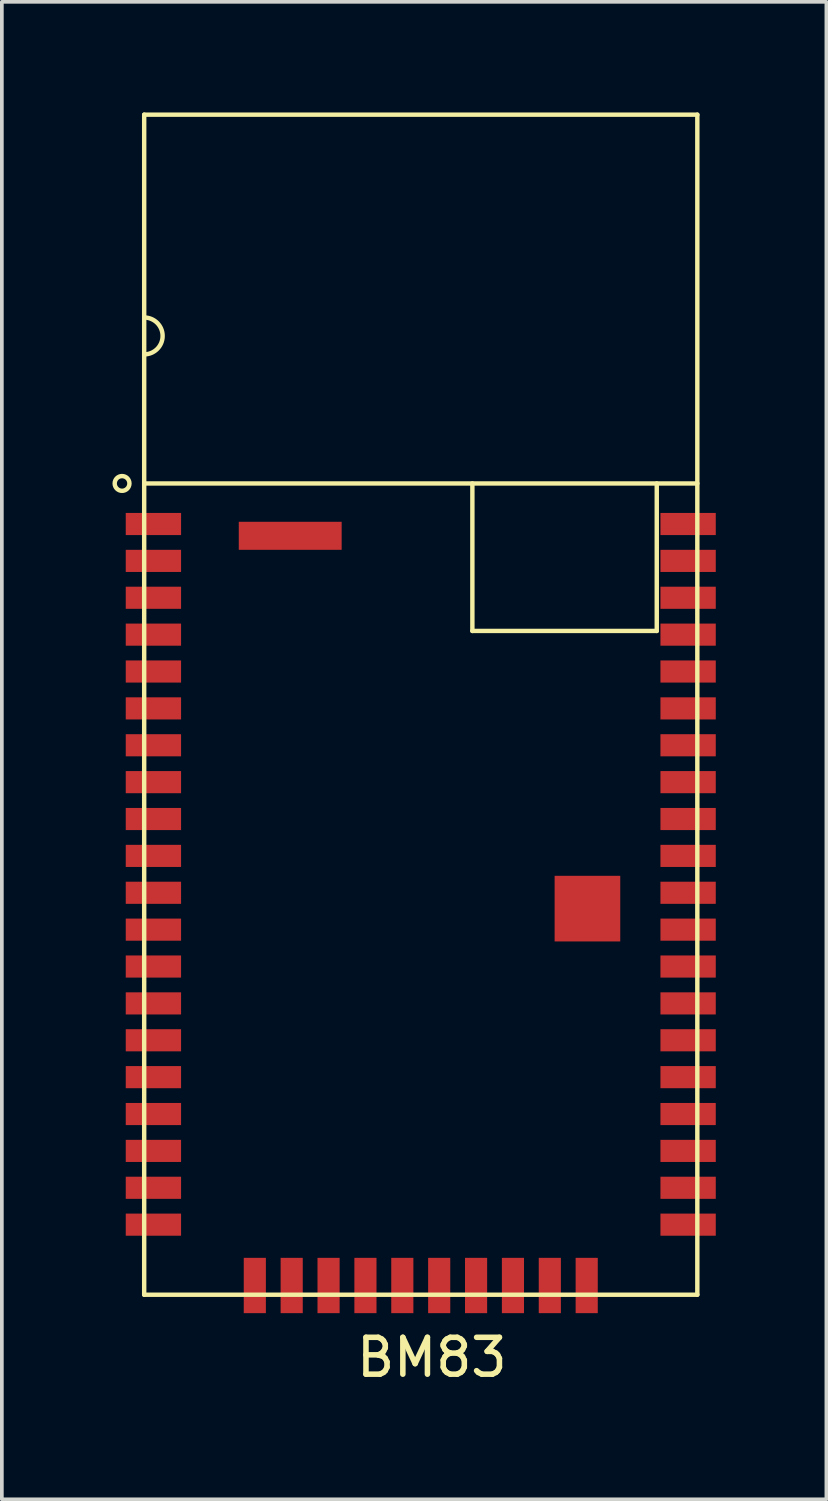
<source format=kicad_pcb>
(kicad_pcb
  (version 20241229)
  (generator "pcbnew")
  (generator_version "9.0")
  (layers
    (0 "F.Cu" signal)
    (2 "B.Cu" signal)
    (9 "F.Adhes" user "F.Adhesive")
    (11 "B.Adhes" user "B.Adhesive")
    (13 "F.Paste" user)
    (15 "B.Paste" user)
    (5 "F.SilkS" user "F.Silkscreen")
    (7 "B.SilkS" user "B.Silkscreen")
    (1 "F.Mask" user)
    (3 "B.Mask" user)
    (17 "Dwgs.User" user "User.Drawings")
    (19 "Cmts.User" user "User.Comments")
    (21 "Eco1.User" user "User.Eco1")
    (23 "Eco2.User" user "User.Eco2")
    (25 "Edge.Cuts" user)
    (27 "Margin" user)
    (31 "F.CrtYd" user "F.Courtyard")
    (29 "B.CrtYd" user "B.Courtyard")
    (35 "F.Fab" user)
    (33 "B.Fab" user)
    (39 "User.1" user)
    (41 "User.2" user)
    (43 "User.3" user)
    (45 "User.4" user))
  (footprint "BM83"
    (layer "F.Cu")
    (at 0.86 32.06)
    (property "Reference" "BM83" (at 7.8 1.7 0) (layer "F.SilkS") (effects (font (size 1 1) (thickness 0.15))))
    (attr smd)
    (fp_line (start 0 -32) (end 15 -32) (stroke (width 0.12) (type solid)) (layer "F.SilkS"))
    (fp_line (start 0 -22) (end 15 -22) (stroke (width 0.12) (type solid)) (layer "F.SilkS"))
    (fp_line (start 0 0) (end 0 -32) (stroke (width 0.12) (type solid)) (layer "F.SilkS"))
    (fp_line (start 8.9 -22) (end 8.9 -18) (stroke (width 0.12) (type solid)) (layer "F.SilkS"))
    (fp_line (start 8.9 -18) (end 13.9 -18) (stroke (width 0.12) (type solid)) (layer "F.SilkS"))
    (fp_line (start 13.9 -18) (end 13.9 -22) (stroke (width 0.12) (type solid)) (layer "F.SilkS"))
    (fp_line (start 15 -32) (end 15 0) (stroke (width 0.12) (type solid)) (layer "F.SilkS"))
    (fp_line (start 15 0) (end 0 0) (stroke (width 0.12) (type solid)) (layer "F.SilkS"))
    (fp_arc (start 0 -26.5) (mid 0.5 -26) (end 0 -25.5) (stroke (width 0.12) (type solid)) (layer "F.SilkS"))
    (fp_circle (center -0.6 -22) (end -0.6 -21.8) (stroke (width 0.12) (type solid)) (fill no) (layer "F.SilkS"))
    (pad "1" smd rect (at 0 -20.9) (size 1.5 0.6) (drill (offset 0.25 0)) (layers "F.Cu" "F.Mask" "F.Paste"))
    (pad "2" smd rect (at 0 -19.9) (size 1.5 0.6) (drill (offset 0.25 0)) (layers "F.Cu" "F.Mask" "F.Paste"))
    (pad "3" smd rect (at 0 -18.9) (size 1.5 0.6) (drill (offset 0.25 0)) (layers "F.Cu" "F.Mask" "F.Paste"))
    (pad "4" smd rect (at 0 -17.9) (size 1.5 0.6) (drill (offset 0.25 0)) (layers "F.Cu" "F.Mask" "F.Paste"))
    (pad "5" smd rect (at 0 -16.9) (size 1.5 0.6) (drill (offset 0.25 0)) (layers "F.Cu" "F.Mask" "F.Paste"))
    (pad "6" smd rect (at 0 -15.9) (size 1.5 0.6) (drill (offset 0.25 0)) (layers "F.Cu" "F.Mask" "F.Paste"))
    (pad "7" smd rect (at 0 -14.9) (size 1.5 0.6) (drill (offset 0.25 0)) (layers "F.Cu" "F.Mask" "F.Paste"))
    (pad "8" smd rect (at 0 -13.9) (size 1.5 0.6) (drill (offset 0.25 0)) (layers "F.Cu" "F.Mask" "F.Paste"))
    (pad "9" smd rect (at 0 -12.9) (size 1.5 0.6) (drill (offset 0.25 0)) (layers "F.Cu" "F.Mask" "F.Paste"))
    (pad "10" smd rect (at 0 -11.9) (size 1.5 0.6) (drill (offset 0.25 0)) (layers "F.Cu" "F.Mask" "F.Paste"))
    (pad "11" smd rect (at 0 -10.9) (size 1.5 0.6) (drill (offset 0.25 0)) (layers "F.Cu" "F.Mask" "F.Paste"))
    (pad "12" smd rect (at 0 -9.9) (size 1.5 0.6) (drill (offset 0.25 0)) (layers "F.Cu" "F.Mask" "F.Paste"))
    (pad "13" smd rect (at 0 -8.9) (size 1.5 0.6) (drill (offset 0.25 0)) (layers "F.Cu" "F.Mask" "F.Paste"))
    (pad "14" smd rect (at 0 -7.9) (size 1.5 0.6) (drill (offset 0.25 0)) (layers "F.Cu" "F.Mask" "F.Paste"))
    (pad "15" smd rect (at 0 -6.9) (size 1.5 0.6) (drill (offset 0.25 0)) (layers "F.Cu" "F.Mask" "F.Paste"))
    (pad "16" smd rect (at 0 -5.9) (size 1.5 0.6) (drill (offset 0.25 0)) (layers "F.Cu" "F.Mask" "F.Paste"))
    (pad "17" smd rect (at 0 -4.9) (size 1.5 0.6) (drill (offset 0.25 0)) (layers "F.Cu" "F.Mask" "F.Paste"))
    (pad "18" smd rect (at 0 -3.9) (size 1.5 0.6) (drill (offset 0.25 0)) (layers "F.Cu" "F.Mask" "F.Paste"))
    (pad "19" smd rect (at 0 -2.9) (size 1.5 0.6) (drill (offset 0.25 0)) (layers "F.Cu" "F.Mask" "F.Paste"))
    (pad "20" smd rect (at 0 -1.9) (size 1.5 0.6) (drill (offset 0.25 0)) (layers "F.Cu" "F.Mask" "F.Paste"))
    (pad "21" smd rect (at 3 0 90) (size 1.5 0.6) (drill (offset 0.25 0)) (layers "F.Cu" "F.Mask" "F.Paste"))
    (pad "22" smd rect (at 4 0 90) (size 1.5 0.6) (drill (offset 0.25 0)) (layers "F.Cu" "F.Mask" "F.Paste"))
    (pad "23" smd rect (at 5 0 90) (size 1.5 0.6) (drill (offset 0.25 0)) (layers "F.Cu" "F.Mask" "F.Paste"))
    (pad "24" smd rect (at 6 0 90) (size 1.5 0.6) (drill (offset 0.25 0)) (layers "F.Cu" "F.Mask" "F.Paste"))
    (pad "25" smd rect (at 7 0 90) (size 1.5 0.6) (drill (offset 0.25 0)) (layers "F.Cu" "F.Mask" "F.Paste"))
    (pad "26" smd rect (at 8 0 90) (size 1.5 0.6) (drill (offset 0.25 0)) (layers "F.Cu" "F.Mask" "F.Paste"))
    (pad "27" smd rect (at 9 0 90) (size 1.5 0.6) (drill (offset 0.25 0)) (layers "F.Cu" "F.Mask" "F.Paste"))
    (pad "28" smd rect (at 10 0 90) (size 1.5 0.6) (drill (offset 0.25 0)) (layers "F.Cu" "F.Mask" "F.Paste"))
    (pad "29" smd rect (at 11 0 90) (size 1.5 0.6) (drill (offset 0.25 0)) (layers "F.Cu" "F.Mask" "F.Paste"))
    (pad "30" smd rect (at 12 0 90) (size 1.5 0.6) (drill (offset 0.25 0)) (layers "F.Cu" "F.Mask" "F.Paste"))
    (pad "31" smd rect (at 15 -1.9 180) (size 1.5 0.6) (drill (offset 0.25 0)) (layers "F.Cu" "F.Mask" "F.Paste"))
    (pad "32" smd rect (at 15 -2.9 180) (size 1.5 0.6) (drill (offset 0.25 0)) (layers "F.Cu" "F.Mask" "F.Paste"))
    (pad "33" smd rect (at 15 -3.9 180) (size 1.5 0.6) (drill (offset 0.25 0)) (layers "F.Cu" "F.Mask" "F.Paste"))
    (pad "34" smd rect (at 15 -4.9 180) (size 1.5 0.6) (drill (offset 0.25 0)) (layers "F.Cu" "F.Mask" "F.Paste"))
    (pad "35" smd rect (at 15 -5.9 180) (size 1.5 0.6) (drill (offset 0.25 0)) (layers "F.Cu" "F.Mask" "F.Paste"))
    (pad "36" smd rect (at 15 -6.9 180) (size 1.5 0.6) (drill (offset 0.25 0)) (layers "F.Cu" "F.Mask" "F.Paste"))
    (pad "37" smd rect (at 15 -7.9 180) (size 1.5 0.6) (drill (offset 0.25 0)) (layers "F.Cu" "F.Mask" "F.Paste"))
    (pad "38" smd rect (at 15 -8.9 180) (size 1.5 0.6) (drill (offset 0.25 0)) (layers "F.Cu" "F.Mask" "F.Paste"))
    (pad "39" smd rect (at 15 -9.9 180) (size 1.5 0.6) (drill (offset 0.25 0)) (layers "F.Cu" "F.Mask" "F.Paste"))
    (pad "40" smd rect (at 15 -10.9 180) (size 1.5 0.6) (drill (offset 0.25 0)) (layers "F.Cu" "F.Mask" "F.Paste"))
    (pad "41" smd rect (at 15 -11.9 180) (size 1.5 0.6) (drill (offset 0.25 0)) (layers "F.Cu" "F.Mask" "F.Paste"))
    (pad "42" smd rect (at 15 -12.9 180) (size 1.5 0.6) (drill (offset 0.25 0)) (layers "F.Cu" "F.Mask" "F.Paste"))
    (pad "43" smd rect (at 15 -13.9 180) (size 1.5 0.6) (drill (offset 0.25 0)) (layers "F.Cu" "F.Mask" "F.Paste"))
    (pad "44" smd rect (at 15 -14.9 180) (size 1.5 0.6) (drill (offset 0.25 0)) (layers "F.Cu" "F.Mask" "F.Paste"))
    (pad "45" smd rect (at 15 -15.9 180) (size 1.5 0.6) (drill (offset 0.25 0)) (layers "F.Cu" "F.Mask" "F.Paste"))
    (pad "46" smd rect (at 15 -16.9 180) (size 1.5 0.6) (drill (offset 0.25 0)) (layers "F.Cu" "F.Mask" "F.Paste"))
    (pad "47" smd rect (at 15 -17.9 180) (size 1.5 0.6) (drill (offset 0.25 0)) (layers "F.Cu" "F.Mask" "F.Paste"))
    (pad "48" smd rect (at 15 -18.9 180) (size 1.5 0.6) (drill (offset 0.25 0)) (layers "F.Cu" "F.Mask" "F.Paste"))
    (pad "49" smd rect (at 15 -19.9 180) (size 1.5 0.6) (drill (offset 0.25 0)) (layers "F.Cu" "F.Mask" "F.Paste"))
    (pad "50" smd rect (at 4.21 -20.58 180) (size 2.79 0.76) (drill (offset 0.25 0)) (layers "F.Cu" "F.Mask" "F.Paste"))
    (pad "50" smd rect (at 12.27 -10.47 180) (size 1.78 1.78) (drill (offset 0.25 0)) (layers "F.Cu" "F.Mask" "F.Paste"))
    (pad "50" smd rect (at 15 -20.9 180) (size 1.5 0.6) (drill (offset 0.25 0)) (layers "F.Cu" "F.Mask" "F.Paste")))
  (gr_rect
    (start -3 -3)
    (end 19.36 37.608)
    (stroke (width 0.1) (type default))
    (fill no)
    (layer "Edge.Cuts")))
</source>
